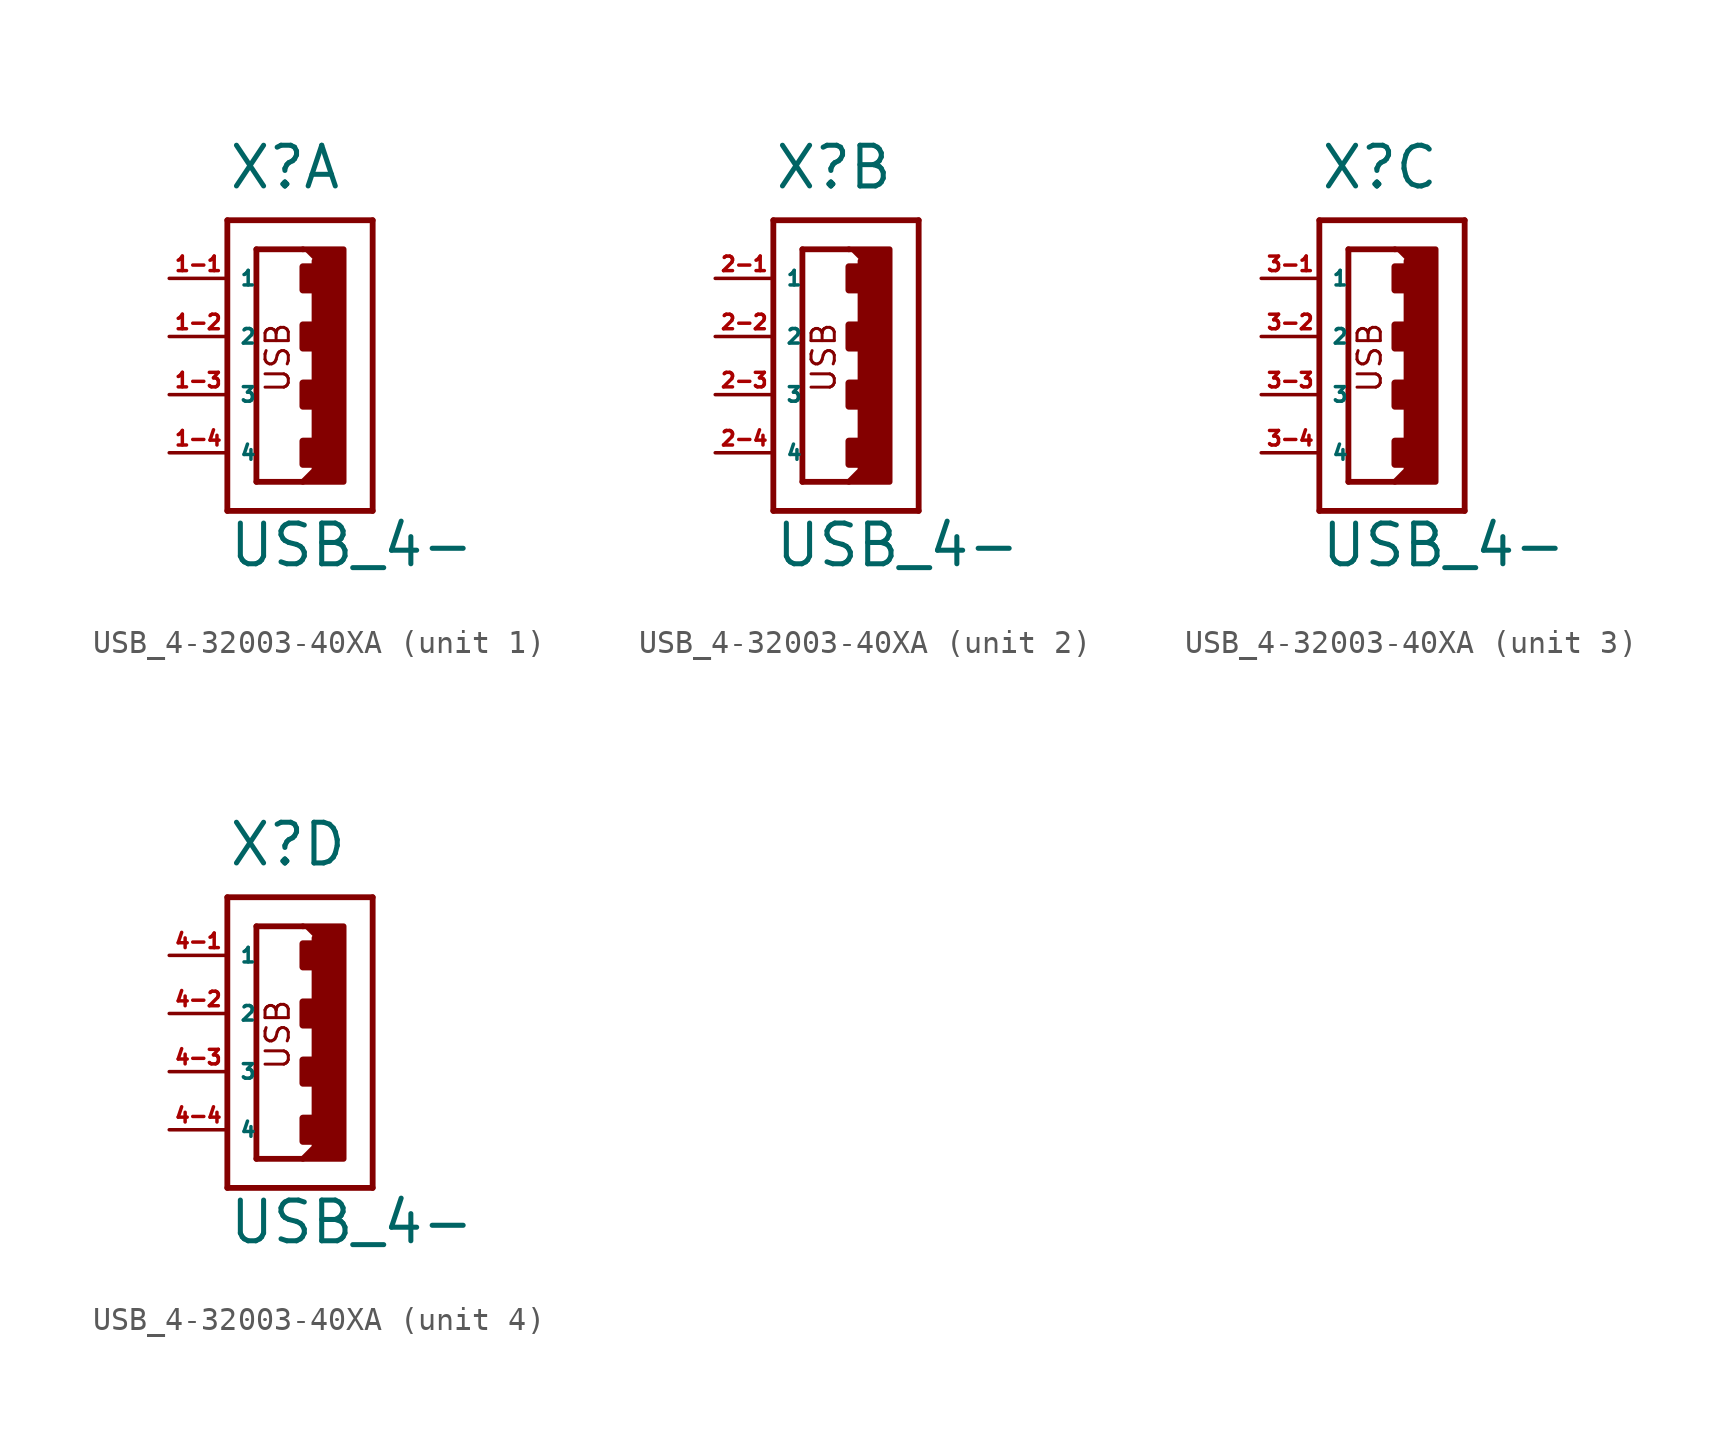
<source format=kicad_sym>
(kicad_symbol_lib
  (version 20220914)
  (generator Eagle2Kicad)
  (symbol "USB_4-32003-40XA"
    (property "Reference" "X"
      (at -2.54 8.89 0)
      (effects (font (size 1.778 1.778) (thickness 0.22)) (justify left bottom)))
    (property "Value" "USB_4-"
      (at -2.54 -7.62 0)
      (effects (font (size 1.778 1.778) (thickness 0.22)) (justify left bottom)))
    (symbol "USB_4-32003-40XA_1_0"
      (polyline (pts (xy 0.762 6.35) (xy 2.54 6.35) (xy 2.54 -3.81) (xy 0.762 -3.81) (xy 1.27 -3.302) (xy 1.27 5.842)) (stroke (width 0.254) (type default)) (fill (type outline)))
      (polyline (pts (xy -2.54 -5.08) (xy 3.81 -5.08)) (stroke (width 0.254) (type default)) (fill (type none)))
      (polyline (pts (xy -2.54 7.62) (xy 3.81 7.62)) (stroke (width 0.254) (type default)) (fill (type none)))
      (polyline (pts (xy -1.27 6.35) (xy -1.27 -3.81)) (stroke (width 0.254) (type default)) (fill (type none)))
      (polyline (pts (xy -1.27 -3.81) (xy 0.762 -3.81)) (stroke (width 0.254) (type default)) (fill (type none)))
      (polyline (pts (xy 3.81 -5.08) (xy 3.81 7.62)) (stroke (width 0.254) (type default)) (fill (type none)))
      (polyline (pts (xy -2.54 7.62) (xy -2.54 -5.08)) (stroke (width 0.254) (type default)) (fill (type none)))
      (polyline (pts (xy -1.27 6.35) (xy 0.762 6.35)) (stroke (width 0.254) (type default)) (fill (type none)))
      (text "USB" (at 0.254 0 900) (effects (font (size 1.016 1.016) (thickness 0.13)) (justify left bottom)))
      (rectangle (start 0.762 4.572) (end 1.27 5.588) (stroke (width 0.3) (type default)) (fill (type outline)))
      (rectangle (start 0.762 2.032) (end 1.27 3.048) (stroke (width 0.3) (type default)) (fill (type outline)))
      (rectangle (start 0.762 -0.508) (end 1.27 0.508) (stroke (width 0.3) (type default)) (fill (type outline)))
      (rectangle (start 0.762 -3.048) (end 1.27 -2.032) (stroke (width 0.3) (type default)) (fill (type outline)))
      (pin passive line (at -5.08 5.08 0) (length 2.54) (name "1" (effects (font (size 0.635 0.635) (thickness 0.08)) (justify left bottom))) (number "1-1" (effects (font (size 0.635 0.635) (thickness 0.08)) (justify left bottom))))
      (pin passive line (at -5.08 2.54 0) (length 2.54) (name "2" (effects (font (size 0.635 0.635) (thickness 0.08)) (justify left bottom))) (number "1-2" (effects (font (size 0.635 0.635) (thickness 0.08)) (justify left bottom))))
      (pin passive line (at -5.08 0 0) (length 2.54) (name "3" (effects (font (size 0.635 0.635) (thickness 0.08)) (justify left bottom))) (number "1-3" (effects (font (size 0.635 0.635) (thickness 0.08)) (justify left bottom))))
      (pin passive line (at -5.08 -2.54 0) (length 2.54) (name "4" (effects (font (size 0.635 0.635) (thickness 0.08)) (justify left bottom))) (number "1-4" (effects (font (size 0.635 0.635) (thickness 0.08)) (justify left bottom)))))
    (symbol "USB_4-32003-40XA_2_0"
      (polyline (pts (xy 0.762 6.35) (xy 2.54 6.35) (xy 2.54 -3.81) (xy 0.762 -3.81) (xy 1.27 -3.302) (xy 1.27 5.842)) (stroke (width 0.254) (type default)) (fill (type outline)))
      (polyline (pts (xy -2.54 -5.08) (xy 3.81 -5.08)) (stroke (width 0.254) (type default)) (fill (type none)))
      (polyline (pts (xy -2.54 7.62) (xy 3.81 7.62)) (stroke (width 0.254) (type default)) (fill (type none)))
      (polyline (pts (xy -1.27 6.35) (xy -1.27 -3.81)) (stroke (width 0.254) (type default)) (fill (type none)))
      (polyline (pts (xy -1.27 -3.81) (xy 0.762 -3.81)) (stroke (width 0.254) (type default)) (fill (type none)))
      (polyline (pts (xy 3.81 -5.08) (xy 3.81 7.62)) (stroke (width 0.254) (type default)) (fill (type none)))
      (polyline (pts (xy -2.54 7.62) (xy -2.54 -5.08)) (stroke (width 0.254) (type default)) (fill (type none)))
      (polyline (pts (xy -1.27 6.35) (xy 0.762 6.35)) (stroke (width 0.254) (type default)) (fill (type none)))
      (text "USB" (at 0.254 0 900) (effects (font (size 1.016 1.016) (thickness 0.13)) (justify left bottom)))
      (rectangle (start 0.762 4.572) (end 1.27 5.588) (stroke (width 0.3) (type default)) (fill (type outline)))
      (rectangle (start 0.762 2.032) (end 1.27 3.048) (stroke (width 0.3) (type default)) (fill (type outline)))
      (rectangle (start 0.762 -0.508) (end 1.27 0.508) (stroke (width 0.3) (type default)) (fill (type outline)))
      (rectangle (start 0.762 -3.048) (end 1.27 -2.032) (stroke (width 0.3) (type default)) (fill (type outline)))
      (pin passive line (at -5.08 5.08 0) (length 2.54) (name "1" (effects (font (size 0.635 0.635) (thickness 0.08)) (justify left bottom))) (number "2-1" (effects (font (size 0.635 0.635) (thickness 0.08)) (justify left bottom))))
      (pin passive line (at -5.08 2.54 0) (length 2.54) (name "2" (effects (font (size 0.635 0.635) (thickness 0.08)) (justify left bottom))) (number "2-2" (effects (font (size 0.635 0.635) (thickness 0.08)) (justify left bottom))))
      (pin passive line (at -5.08 0 0) (length 2.54) (name "3" (effects (font (size 0.635 0.635) (thickness 0.08)) (justify left bottom))) (number "2-3" (effects (font (size 0.635 0.635) (thickness 0.08)) (justify left bottom))))
      (pin passive line (at -5.08 -2.54 0) (length 2.54) (name "4" (effects (font (size 0.635 0.635) (thickness 0.08)) (justify left bottom))) (number "2-4" (effects (font (size 0.635 0.635) (thickness 0.08)) (justify left bottom)))))
    (symbol "USB_4-32003-40XA_3_0"
      (polyline (pts (xy 0.762 6.35) (xy 2.54 6.35) (xy 2.54 -3.81) (xy 0.762 -3.81) (xy 1.27 -3.302) (xy 1.27 5.842)) (stroke (width 0.254) (type default)) (fill (type outline)))
      (polyline (pts (xy -2.54 -5.08) (xy 3.81 -5.08)) (stroke (width 0.254) (type default)) (fill (type none)))
      (polyline (pts (xy -2.54 7.62) (xy 3.81 7.62)) (stroke (width 0.254) (type default)) (fill (type none)))
      (polyline (pts (xy -1.27 6.35) (xy -1.27 -3.81)) (stroke (width 0.254) (type default)) (fill (type none)))
      (polyline (pts (xy -1.27 -3.81) (xy 0.762 -3.81)) (stroke (width 0.254) (type default)) (fill (type none)))
      (polyline (pts (xy 3.81 -5.08) (xy 3.81 7.62)) (stroke (width 0.254) (type default)) (fill (type none)))
      (polyline (pts (xy -2.54 7.62) (xy -2.54 -5.08)) (stroke (width 0.254) (type default)) (fill (type none)))
      (polyline (pts (xy -1.27 6.35) (xy 0.762 6.35)) (stroke (width 0.254) (type default)) (fill (type none)))
      (text "USB" (at 0.254 0 900) (effects (font (size 1.016 1.016) (thickness 0.13)) (justify left bottom)))
      (rectangle (start 0.762 4.572) (end 1.27 5.588) (stroke (width 0.3) (type default)) (fill (type outline)))
      (rectangle (start 0.762 2.032) (end 1.27 3.048) (stroke (width 0.3) (type default)) (fill (type outline)))
      (rectangle (start 0.762 -0.508) (end 1.27 0.508) (stroke (width 0.3) (type default)) (fill (type outline)))
      (rectangle (start 0.762 -3.048) (end 1.27 -2.032) (stroke (width 0.3) (type default)) (fill (type outline)))
      (pin passive line (at -5.08 5.08 0) (length 2.54) (name "1" (effects (font (size 0.635 0.635) (thickness 0.08)) (justify left bottom))) (number "3-1" (effects (font (size 0.635 0.635) (thickness 0.08)) (justify left bottom))))
      (pin passive line (at -5.08 2.54 0) (length 2.54) (name "2" (effects (font (size 0.635 0.635) (thickness 0.08)) (justify left bottom))) (number "3-2" (effects (font (size 0.635 0.635) (thickness 0.08)) (justify left bottom))))
      (pin passive line (at -5.08 0 0) (length 2.54) (name "3" (effects (font (size 0.635 0.635) (thickness 0.08)) (justify left bottom))) (number "3-3" (effects (font (size 0.635 0.635) (thickness 0.08)) (justify left bottom))))
      (pin passive line (at -5.08 -2.54 0) (length 2.54) (name "4" (effects (font (size 0.635 0.635) (thickness 0.08)) (justify left bottom))) (number "3-4" (effects (font (size 0.635 0.635) (thickness 0.08)) (justify left bottom)))))
    (symbol "USB_4-32003-40XA_4_0"
      (polyline (pts (xy 0.762 6.35) (xy 2.54 6.35) (xy 2.54 -3.81) (xy 0.762 -3.81) (xy 1.27 -3.302) (xy 1.27 5.842)) (stroke (width 0.254) (type default)) (fill (type outline)))
      (polyline (pts (xy -2.54 -5.08) (xy 3.81 -5.08)) (stroke (width 0.254) (type default)) (fill (type none)))
      (polyline (pts (xy -2.54 7.62) (xy 3.81 7.62)) (stroke (width 0.254) (type default)) (fill (type none)))
      (polyline (pts (xy -1.27 6.35) (xy -1.27 -3.81)) (stroke (width 0.254) (type default)) (fill (type none)))
      (polyline (pts (xy -1.27 -3.81) (xy 0.762 -3.81)) (stroke (width 0.254) (type default)) (fill (type none)))
      (polyline (pts (xy 3.81 -5.08) (xy 3.81 7.62)) (stroke (width 0.254) (type default)) (fill (type none)))
      (polyline (pts (xy -2.54 7.62) (xy -2.54 -5.08)) (stroke (width 0.254) (type default)) (fill (type none)))
      (polyline (pts (xy -1.27 6.35) (xy 0.762 6.35)) (stroke (width 0.254) (type default)) (fill (type none)))
      (text "USB" (at 0.254 0 900) (effects (font (size 1.016 1.016) (thickness 0.13)) (justify left bottom)))
      (rectangle (start 0.762 4.572) (end 1.27 5.588) (stroke (width 0.3) (type default)) (fill (type outline)))
      (rectangle (start 0.762 2.032) (end 1.27 3.048) (stroke (width 0.3) (type default)) (fill (type outline)))
      (rectangle (start 0.762 -0.508) (end 1.27 0.508) (stroke (width 0.3) (type default)) (fill (type outline)))
      (rectangle (start 0.762 -3.048) (end 1.27 -2.032) (stroke (width 0.3) (type default)) (fill (type outline)))
      (pin passive line (at -5.08 5.08 0) (length 2.54) (name "1" (effects (font (size 0.635 0.635) (thickness 0.08)) (justify left bottom))) (number "4-1" (effects (font (size 0.635 0.635) (thickness 0.08)) (justify left bottom))))
      (pin passive line (at -5.08 2.54 0) (length 2.54) (name "2" (effects (font (size 0.635 0.635) (thickness 0.08)) (justify left bottom))) (number "4-2" (effects (font (size 0.635 0.635) (thickness 0.08)) (justify left bottom))))
      (pin passive line (at -5.08 0 0) (length 2.54) (name "3" (effects (font (size 0.635 0.635) (thickness 0.08)) (justify left bottom))) (number "4-3" (effects (font (size 0.635 0.635) (thickness 0.08)) (justify left bottom))))
      (pin passive line (at -5.08 -2.54 0) (length 2.54) (name "4" (effects (font (size 0.635 0.635) (thickness 0.08)) (justify left bottom))) (number "4-4" (effects (font (size 0.635 0.635) (thickness 0.08)) (justify left bottom)))))))
</source>
